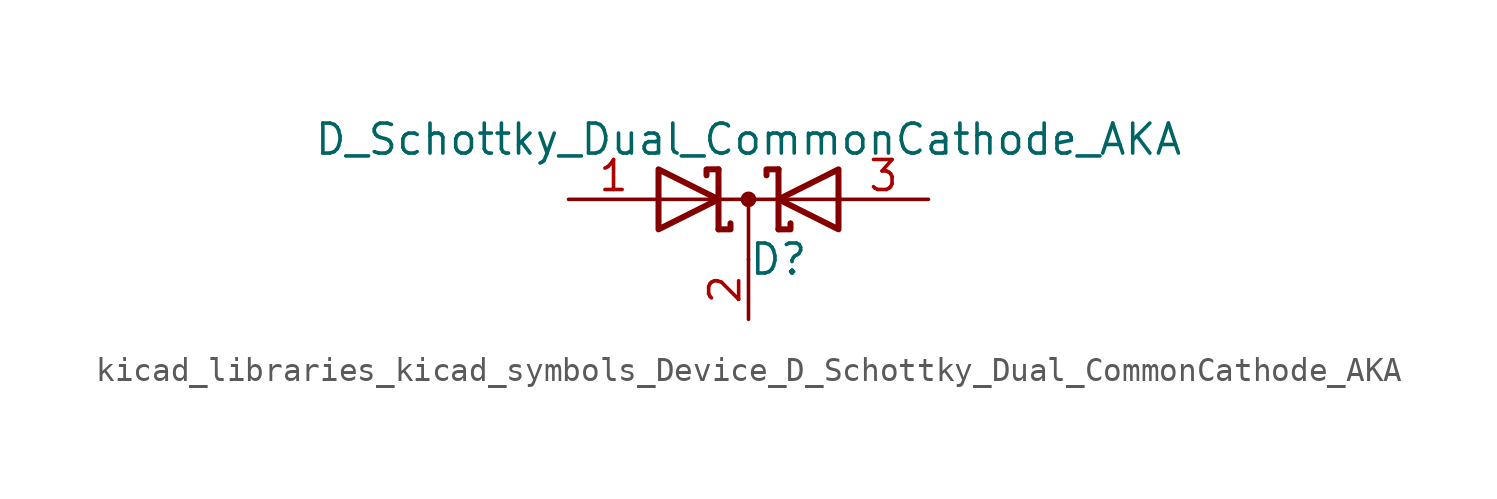
<source format=kicad_sym>
(kicad_symbol_lib
  (version 20220914)
  (generator kicad_symbol_editor)
  (symbol "kicad_libraries_kicad_symbols_Device_D_Schottky_Dual_CommonCathode_AKA"
    (pin_names
      (offset 0.762) hide)
    (property "Reference" "D"
      (at 1.27 -2.54 0)
      (effects (font (size 1.27 1.27))))
    (property "Value" "D_Schottky_Dual_CommonCathode_AKA"
      (at 0 2.54 0)
      (effects (font (size 1.27 1.27))))
    (symbol "kicad_libraries_kicad_symbols_Device_D_Schottky_Dual_CommonCathode_AKA_0_1"
      (polyline (pts (xy 0 0) (xy 0 -2.54)) (stroke (width 0) (type default)) (fill (type none)))
      (polyline (pts (xy 3.81 0) (xy -3.81 0)) (stroke (width 0) (type default)) (fill (type none)))
      (polyline (pts (xy -1.27 -1.27) (xy -1.27 1.27) (xy -1.27 1.27)) (stroke (width 0.254) (type default)) (fill (type none)))
      (polyline (pts (xy 1.27 -1.27) (xy 1.27 1.27) (xy 1.27 1.27)) (stroke (width 0.254) (type default)) (fill (type none)))
      (polyline (pts (xy -1.27 -1.27) (xy -0.762 -1.27) (xy -0.762 -1.016) (xy -0.762 -1.016)) (stroke (width 0.254) (type default)) (fill (type none)))
      (polyline (pts (xy 1.27 -1.27) (xy 1.778 -1.27) (xy 1.778 -1.016) (xy 1.778 -1.016)) (stroke (width 0.254) (type default)) (fill (type none)))
      (polyline (pts (xy 1.27 1.27) (xy 0.762 1.27) (xy 0.762 1.016) (xy 0.762 1.016)) (stroke (width 0.254) (type default)) (fill (type none)))
      (polyline (pts (xy -1.778 1.016) (xy -1.778 1.27) (xy -1.27 1.27) (xy -1.27 1.27) (xy -1.27 1.27)) (stroke (width 0.254) (type default)) (fill (type none)))
      (polyline (pts (xy -3.81 1.27) (xy -1.27 0) (xy -3.81 -1.27) (xy -3.81 1.27) (xy -3.81 1.27) (xy -3.81 1.27)) (stroke (width 0.254) (type default)) (fill (type none)))
      (polyline (pts (xy 3.81 -1.27) (xy 1.27 0) (xy 3.81 1.27) (xy 3.81 -1.27) (xy 3.81 -1.27) (xy 3.81 -1.27)) (stroke (width 0.254) (type default)) (fill (type none)))
      (circle (center 0 0) (radius 0.254) (stroke (width 0) (type default)) (fill (type outline)))
      (pin passive line (at -7.62 0 0) (length 3.81) (name "A" (effects (font (size 1.27 1.27)))) (number "1" (effects (font (size 1.27 1.27)))))
      (pin passive line (at 0 -5.08 90) (length 2.54) (name "K" (effects (font (size 1.27 1.27)))) (number "2" (effects (font (size 1.27 1.27)))))
      (pin passive line (at 7.62 0 180) (length 3.81) (name "A" (effects (font (size 1.27 1.27)))) (number "3" (effects (font (size 1.27 1.27))))))))
</source>
